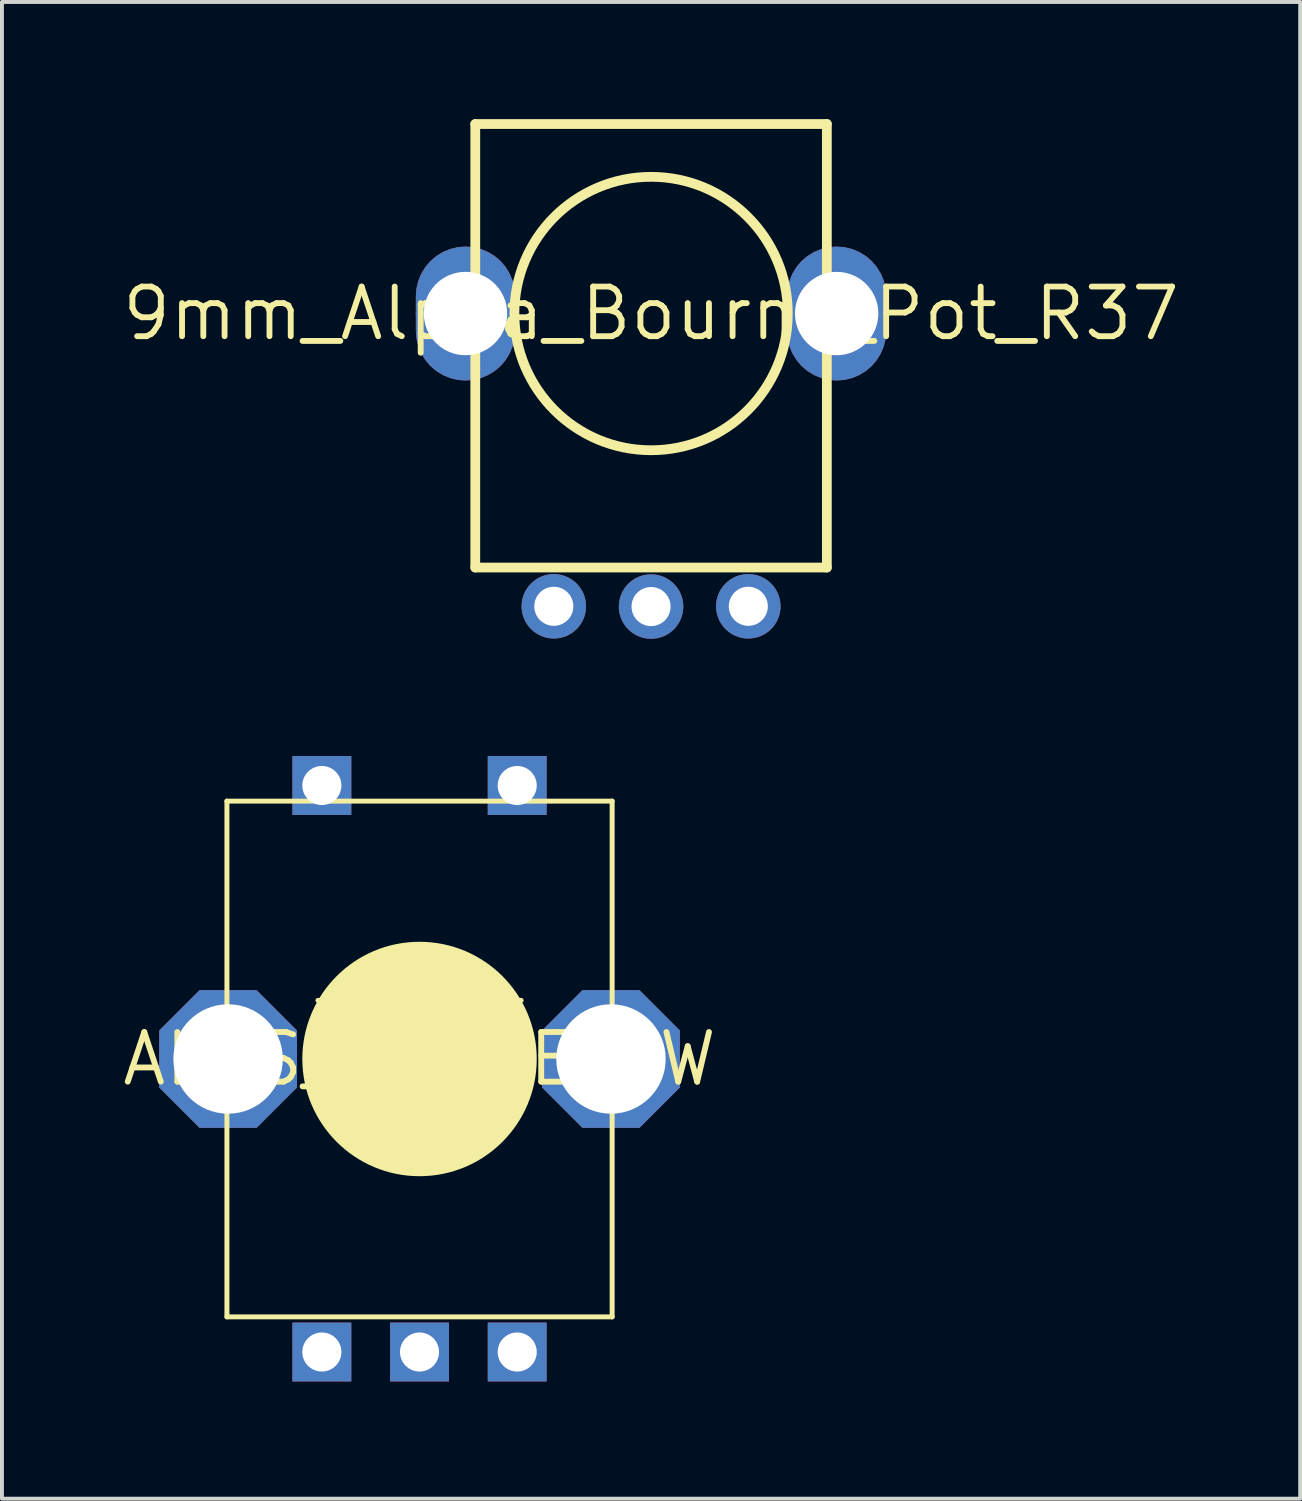
<source format=kicad_pcb>
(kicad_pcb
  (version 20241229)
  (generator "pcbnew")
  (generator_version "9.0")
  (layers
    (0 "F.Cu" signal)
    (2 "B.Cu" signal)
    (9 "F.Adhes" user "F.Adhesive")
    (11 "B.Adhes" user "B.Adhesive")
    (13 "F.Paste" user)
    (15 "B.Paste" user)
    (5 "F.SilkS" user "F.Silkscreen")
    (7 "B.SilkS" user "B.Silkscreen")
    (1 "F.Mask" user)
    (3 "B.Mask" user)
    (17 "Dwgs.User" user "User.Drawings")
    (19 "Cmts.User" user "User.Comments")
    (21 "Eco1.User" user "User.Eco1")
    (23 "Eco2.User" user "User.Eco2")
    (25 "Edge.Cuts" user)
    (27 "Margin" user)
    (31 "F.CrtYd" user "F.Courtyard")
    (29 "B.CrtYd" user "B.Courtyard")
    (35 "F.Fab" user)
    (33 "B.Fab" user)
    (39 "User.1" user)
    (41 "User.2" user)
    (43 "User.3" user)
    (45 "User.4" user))
  (footprint "9mm_Alpha_Bourns_Pot_R37"
    (layer "F.Cu")
    (at 13.614 4.975)
    (property "Reference" "9mm_Alpha_Bourns_Pot_R37" (at 0 0 0) (layer "F.SilkS") (effects (font (size 1.27 1.27) (thickness 0.15))))
    (fp_poly (pts (xy -4.551 -1.699) (xy -4.358 -1.652) (xy -4.174 -1.576) (xy -4.003 -1.472) (xy -3.851 -1.343) (xy -3.722 -1.191) (xy -3.618 -1.021) (xy -3.542 -0.837) (xy -3.495 -0.643) (xy -3.48 -0.445) (xy -3.48 0.445) (xy -3.495 0.643) (xy -3.542 0.837) (xy -3.618 1.021) (xy -3.722 1.191) (xy -3.851 1.343) (xy -4.003 1.472) (xy -4.174 1.576) (xy -4.358 1.652) (xy -4.551 1.699) (xy -4.75 1.714) (xy -4.948 1.699) (xy -5.142 1.652) (xy -5.326 1.576) (xy -5.497 1.472) (xy -5.648 1.343) (xy -5.777 1.191) (xy -5.881 1.021) (xy -5.958 0.837) (xy -6.004 0.643) (xy -6.02 0.445) (xy -6.02 -0.445) (xy -6.004 -0.643) (xy -5.958 -0.837) (xy -5.881 -1.021) (xy -5.777 -1.191) (xy -5.648 -1.343) (xy -5.497 -1.472) (xy -5.326 -1.576) (xy -5.142 -1.652) (xy -4.948 -1.699) (xy -4.75 -1.714)) (stroke (width 0) (type default)) (fill yes) (layer "F.Cu"))
    (fp_poly (pts (xy 4.948 -1.699) (xy 5.142 -1.652) (xy 5.326 -1.576) (xy 5.497 -1.472) (xy 5.648 -1.343) (xy 5.777 -1.191) (xy 5.881 -1.021) (xy 5.958 -0.837) (xy 6.004 -0.643) (xy 6.02 -0.445) (xy 6.02 0.445) (xy 6.004 0.643) (xy 5.958 0.837) (xy 5.881 1.021) (xy 5.777 1.191) (xy 5.648 1.343) (xy 5.497 1.472) (xy 5.326 1.576) (xy 5.142 1.652) (xy 4.948 1.699) (xy 4.75 1.714) (xy 4.551 1.699) (xy 4.358 1.652) (xy 4.174 1.576) (xy 4.003 1.472) (xy 3.851 1.343) (xy 3.722 1.191) (xy 3.618 1.021) (xy 3.542 0.837) (xy 3.495 0.643) (xy 3.48 0.445) (xy 3.48 -0.445) (xy 3.495 -0.643) (xy 3.542 -0.837) (xy 3.618 -1.021) (xy 3.722 -1.191) (xy 3.851 -1.343) (xy 4.003 -1.472) (xy 4.174 -1.576) (xy 4.358 -1.652) (xy 4.551 -1.699) (xy 4.75 -1.714)) (stroke (width 0) (type default)) (fill yes) (layer "F.Cu"))
    (fp_poly (pts (xy -4.535 -1.8) (xy -4.326 -1.75) (xy -4.127 -1.668) (xy -3.943 -1.555) (xy -3.779 -1.415) (xy -3.639 -1.252) (xy -3.527 -1.067) (xy -3.444 -0.868) (xy -3.394 -0.659) (xy -3.377 -0.445) (xy -3.377 0.445) (xy -3.394 0.659) (xy -3.444 0.868) (xy -3.527 1.067) (xy -3.639 1.252) (xy -3.779 1.415) (xy -3.943 1.555) (xy -4.127 1.668) (xy -4.326 1.75) (xy -4.535 1.8) (xy -4.75 1.817) (xy -4.964 1.8) (xy -5.174 1.75) (xy -5.372 1.668) (xy -5.557 1.555) (xy -5.721 1.415) (xy -5.86 1.252) (xy -5.973 1.067) (xy -6.055 0.868) (xy -6.106 0.659) (xy -6.122 0.445) (xy -6.122 -0.445) (xy -6.106 -0.659) (xy -6.055 -0.868) (xy -5.973 -1.067) (xy -5.86 -1.252) (xy -5.721 -1.415) (xy -5.557 -1.555) (xy -5.372 -1.668) (xy -5.174 -1.75) (xy -4.964 -1.8) (xy -4.75 -1.817)) (stroke (width 0) (type default)) (fill yes) (layer "F.Mask"))
    (fp_poly (pts (xy 4.964 -1.8) (xy 5.174 -1.75) (xy 5.372 -1.668) (xy 5.557 -1.555) (xy 5.721 -1.415) (xy 5.86 -1.252) (xy 5.973 -1.067) (xy 6.055 -0.868) (xy 6.106 -0.659) (xy 6.122 -0.445) (xy 6.122 0.445) (xy 6.106 0.659) (xy 6.055 0.868) (xy 5.973 1.067) (xy 5.86 1.252) (xy 5.721 1.415) (xy 5.557 1.555) (xy 5.372 1.668) (xy 5.174 1.75) (xy 4.964 1.8) (xy 4.75 1.817) (xy 4.535 1.8) (xy 4.326 1.75) (xy 4.127 1.668) (xy 3.943 1.555) (xy 3.779 1.415) (xy 3.639 1.252) (xy 3.527 1.067) (xy 3.444 0.868) (xy 3.394 0.659) (xy 3.377 0.445) (xy 3.377 -0.445) (xy 3.394 -0.659) (xy 3.444 -0.868) (xy 3.527 -1.067) (xy 3.639 -1.252) (xy 3.779 -1.415) (xy 3.943 -1.555) (xy 4.127 -1.668) (xy 4.326 -1.75) (xy 4.535 -1.8) (xy 4.75 -1.817)) (stroke (width 0) (type default)) (fill yes) (layer "F.Mask"))
    (fp_poly (pts (xy -4.551 -1.699) (xy -4.358 -1.652) (xy -4.174 -1.576) (xy -4.003 -1.472) (xy -3.851 -1.343) (xy -3.722 -1.191) (xy -3.618 -1.021) (xy -3.542 -0.837) (xy -3.495 -0.643) (xy -3.48 -0.445) (xy -3.48 0.445) (xy -3.495 0.643) (xy -3.542 0.837) (xy -3.618 1.021) (xy -3.722 1.191) (xy -3.851 1.343) (xy -4.003 1.472) (xy -4.174 1.576) (xy -4.358 1.652) (xy -4.551 1.699) (xy -4.75 1.714) (xy -4.948 1.699) (xy -5.142 1.652) (xy -5.326 1.576) (xy -5.497 1.472) (xy -5.648 1.343) (xy -5.777 1.191) (xy -5.881 1.021) (xy -5.958 0.837) (xy -6.004 0.643) (xy -6.02 0.445) (xy -6.02 -0.445) (xy -6.004 -0.643) (xy -5.958 -0.837) (xy -5.881 -1.021) (xy -5.777 -1.191) (xy -5.648 -1.343) (xy -5.497 -1.472) (xy -5.326 -1.576) (xy -5.142 -1.652) (xy -4.948 -1.699) (xy -4.75 -1.714)) (stroke (width 0) (type default)) (fill yes) (layer "B.Cu"))
    (fp_poly (pts (xy 4.948 -1.699) (xy 5.142 -1.652) (xy 5.326 -1.576) (xy 5.497 -1.472) (xy 5.648 -1.343) (xy 5.777 -1.191) (xy 5.881 -1.021) (xy 5.958 -0.837) (xy 6.004 -0.643) (xy 6.02 -0.445) (xy 6.02 0.445) (xy 6.004 0.643) (xy 5.958 0.837) (xy 5.881 1.021) (xy 5.777 1.191) (xy 5.648 1.343) (xy 5.497 1.472) (xy 5.326 1.576) (xy 5.142 1.652) (xy 4.948 1.699) (xy 4.75 1.714) (xy 4.551 1.699) (xy 4.358 1.652) (xy 4.174 1.576) (xy 4.003 1.472) (xy 3.851 1.343) (xy 3.722 1.191) (xy 3.618 1.021) (xy 3.542 0.837) (xy 3.495 0.643) (xy 3.48 0.445) (xy 3.48 -0.445) (xy 3.495 -0.643) (xy 3.542 -0.837) (xy 3.618 -1.021) (xy 3.722 -1.191) (xy 3.851 -1.343) (xy 4.003 -1.472) (xy 4.174 -1.576) (xy 4.358 -1.652) (xy 4.551 -1.699) (xy 4.75 -1.714)) (stroke (width 0) (type default)) (fill yes) (layer "B.Cu"))
    (fp_poly (pts (xy -4.535 -1.8) (xy -4.326 -1.75) (xy -4.127 -1.668) (xy -3.943 -1.555) (xy -3.779 -1.415) (xy -3.639 -1.252) (xy -3.527 -1.067) (xy -3.444 -0.868) (xy -3.394 -0.659) (xy -3.377 -0.445) (xy -3.377 0.445) (xy -3.394 0.659) (xy -3.444 0.868) (xy -3.527 1.067) (xy -3.639 1.252) (xy -3.779 1.415) (xy -3.943 1.555) (xy -4.127 1.668) (xy -4.326 1.75) (xy -4.535 1.8) (xy -4.75 1.817) (xy -4.964 1.8) (xy -5.174 1.75) (xy -5.372 1.668) (xy -5.557 1.555) (xy -5.721 1.415) (xy -5.86 1.252) (xy -5.973 1.067) (xy -6.055 0.868) (xy -6.106 0.659) (xy -6.122 0.445) (xy -6.122 -0.445) (xy -6.106 -0.659) (xy -6.055 -0.868) (xy -5.973 -1.067) (xy -5.86 -1.252) (xy -5.721 -1.415) (xy -5.557 -1.555) (xy -5.372 -1.668) (xy -5.174 -1.75) (xy -4.964 -1.8) (xy -4.75 -1.817)) (stroke (width 0) (type default)) (fill yes) (layer "B.Mask"))
    (fp_poly (pts (xy 4.964 -1.8) (xy 5.174 -1.75) (xy 5.372 -1.668) (xy 5.557 -1.555) (xy 5.721 -1.415) (xy 5.86 -1.252) (xy 5.973 -1.067) (xy 6.055 -0.868) (xy 6.106 -0.659) (xy 6.122 -0.445) (xy 6.122 0.445) (xy 6.106 0.659) (xy 6.055 0.868) (xy 5.973 1.067) (xy 5.86 1.252) (xy 5.721 1.415) (xy 5.557 1.555) (xy 5.372 1.668) (xy 5.174 1.75) (xy 4.964 1.8) (xy 4.75 1.817) (xy 4.535 1.8) (xy 4.326 1.75) (xy 4.127 1.668) (xy 3.943 1.555) (xy 3.779 1.415) (xy 3.639 1.252) (xy 3.527 1.067) (xy 3.444 0.868) (xy 3.394 0.659) (xy 3.377 0.445) (xy 3.377 -0.445) (xy 3.394 -0.659) (xy 3.444 -0.868) (xy 3.527 -1.067) (xy 3.639 -1.252) (xy 3.779 -1.415) (xy 3.943 -1.555) (xy 4.127 -1.668) (xy 4.326 -1.75) (xy 4.535 -1.8) (xy 4.75 -1.817)) (stroke (width 0) (type default)) (fill yes) (layer "B.Mask"))
    (fp_line (start -4.499 -4.85) (end 4.499 -4.85) (stroke (width 0.25) (type solid)) (layer "F.SilkS"))
    (fp_line (start -4.499 6.501) (end -4.499 -4.85) (stroke (width 0.25) (type solid)) (layer "F.SilkS"))
    (fp_line (start 4.499 -4.85) (end 4.499 6.501) (stroke (width 0.25) (type solid)) (layer "F.SilkS"))
    (fp_line (start 4.499 6.501) (end -4.499 6.501) (stroke (width 0.25) (type solid)) (layer "F.SilkS"))
    (fp_circle (center 0.001 0) (end 3.5 0) (stroke (width 0.25) (type solid)) (fill no) (layer "F.SilkS"))
    (pad "1" thru_hole circle (at -2.489 7.493) (size 1.651 1.651) (drill 1) (layers "*.Cu" "*.Mask"))
    (pad "2" thru_hole circle (at 0 7.5) (size 1.651 1.651) (drill 1) (layers "*.Cu" "*.Mask"))
    (pad "3" thru_hole circle (at 2.489 7.493) (size 1.651 1.651) (drill 1) (layers "*.Cu" "*.Mask"))
    (pad "4" thru_hole circle (at -4.75 0 90) (size 2.54 2.54) (drill 2.134) (layers "*.Cu"))
    (pad "5" thru_hole circle (at 4.75 0 90) (size 2.54 2.54) (drill 2.134) (layers "*.Cu")))
  (footprint "ALPS_EC12E_SW"
    (layer "F.Cu")
    (at 7.688 24.055)
    (property "Reference" "ALPS_EC12E_SW" (at 0 0 0) (layer "F.SilkS") (effects (font (size 1.27 1.27) (thickness 0.15))))
    (fp_poly (pts (xy -3.254 -7.754) (xy -1.746 -7.754) (xy -1.746 -6.246) (xy -3.254 -6.246)) (stroke (width 0) (type default)) (fill yes) (layer "F.Mask"))
    (fp_poly (pts (xy -3.254 6.746) (xy -1.746 6.746) (xy -1.746 8.254) (xy -3.254 8.254)) (stroke (width 0) (type default)) (fill yes) (layer "F.Mask"))
    (fp_poly (pts (xy -0.754 6.746) (xy 0.754 6.746) (xy 0.754 8.254) (xy -0.754 8.254)) (stroke (width 0) (type default)) (fill yes) (layer "F.Mask"))
    (fp_poly (pts (xy 1.746 -7.754) (xy 3.254 -7.754) (xy 3.254 -6.246) (xy 1.746 -6.246)) (stroke (width 0) (type default)) (fill yes) (layer "F.Mask"))
    (fp_poly (pts (xy 1.746 6.746) (xy 3.254 6.746) (xy 3.254 8.254) (xy 1.746 8.254)) (stroke (width 0) (type default)) (fill yes) (layer "F.Mask"))
    (fp_poly (pts (xy -3.136 -0.73) (xy -3.136 0.73) (xy -4.17 1.764) (xy -5.63 1.764) (xy -6.664 0.73) (xy -6.664 -0.73) (xy -5.63 -1.764) (xy -4.17 -1.764)) (stroke (width 0) (type default)) (fill yes) (layer "F.Mask"))
    (fp_poly (pts (xy 6.664 -0.73) (xy 6.664 0.73) (xy 5.63 1.764) (xy 4.17 1.764) (xy 3.136 0.73) (xy 3.136 -0.73) (xy 4.17 -1.764) (xy 5.63 -1.764)) (stroke (width 0) (type default)) (fill yes) (layer "F.Mask"))
    (fp_poly (pts (xy -3.254 -7.754) (xy -1.746 -7.754) (xy -1.746 -6.246) (xy -3.254 -6.246)) (stroke (width 0) (type default)) (fill yes) (layer "B.Mask"))
    (fp_poly (pts (xy -3.254 6.746) (xy -1.746 6.746) (xy -1.746 8.254) (xy -3.254 8.254)) (stroke (width 0) (type default)) (fill yes) (layer "B.Mask"))
    (fp_poly (pts (xy -0.754 6.746) (xy 0.754 6.746) (xy 0.754 8.254) (xy -0.754 8.254)) (stroke (width 0) (type default)) (fill yes) (layer "B.Mask"))
    (fp_poly (pts (xy 1.746 -7.754) (xy 3.254 -7.754) (xy 3.254 -6.246) (xy 1.746 -6.246)) (stroke (width 0) (type default)) (fill yes) (layer "B.Mask"))
    (fp_poly (pts (xy 1.746 6.746) (xy 3.254 6.746) (xy 3.254 8.254) (xy 1.746 8.254)) (stroke (width 0) (type default)) (fill yes) (layer "B.Mask"))
    (fp_poly (pts (xy -3.136 -0.73) (xy -3.136 0.73) (xy -4.17 1.764) (xy -5.63 1.764) (xy -6.664 0.73) (xy -6.664 -0.73) (xy -5.63 -1.764) (xy -4.17 -1.764)) (stroke (width 0) (type default)) (fill yes) (layer "B.Mask"))
    (fp_poly (pts (xy 6.664 -0.73) (xy 6.664 0.73) (xy 5.63 1.764) (xy 4.17 1.764) (xy 3.136 0.73) (xy 3.136 -0.73) (xy 4.17 -1.764) (xy 5.63 -1.764)) (stroke (width 0) (type default)) (fill yes) (layer "B.Mask"))
    (fp_line (start -4.93 -6.6) (end -4.93 6.6) (stroke (width 0.127) (type solid)) (layer "F.SilkS"))
    (fp_line (start -4.93 6.6) (end 4.93 6.6) (stroke (width 0.127) (type solid)) (layer "F.SilkS"))
    (fp_line (start -2.6 -1.5) (end 2.6 -1.5) (stroke (width 0.127) (type solid)) (layer "F.SilkS"))
    (fp_line (start 4.93 -6.6) (end -4.93 -6.6) (stroke (width 0.127) (type solid)) (layer "F.SilkS"))
    (fp_line (start 4.93 6.6) (end 4.93 -6.6) (stroke (width 0.127) (type solid)) (layer "F.SilkS"))
    (fp_circle (center 0 0) (end 1.5 0) (stroke (width 3) (type solid)) (fill yes) (layer "F.SilkS"))
    (pad "A" thru_hole rect (at -2.5 7.5) (size 1.508 1.508) (drill 1) (layers "*.Cu"))
    (pad "B" thru_hole rect (at 2.5 7.5) (size 1.508 1.508) (drill 1) (layers "*.Cu"))
    (pad "C" thru_hole rect (at 0 7.5) (size 1.508 1.508) (drill 1) (layers "*.Cu"))
    (pad "D" thru_hole rect (at -2.5 -7) (size 1.508 1.508) (drill 1) (layers "*.Cu"))
    (pad "E" thru_hole rect (at 2.5 -7) (size 1.508 1.508) (drill 1) (layers "*.Cu"))
    (pad "GND1" thru_hole roundrect (at -4.9 0) (size 3.526 3.526) (drill 2.8) (layers "*.Cu") (roundrect_rratio 0.25) (chamfer_ratio 0.293) (chamfer top_left top_right bottom_left bottom_right))
    (pad "GND2" thru_hole roundrect (at 4.9 0) (size 3.526 3.526) (drill 2.8) (layers "*.Cu") (roundrect_rratio 0.25) (chamfer_ratio 0.293) (chamfer top_left top_right bottom_left bottom_right)))
  (gr_rect
    (start -3 -3)
    (end 30.229 35.309)
    (stroke (width 0.1) (type default))
    (fill no)
    (layer "Edge.Cuts")))
</source>
